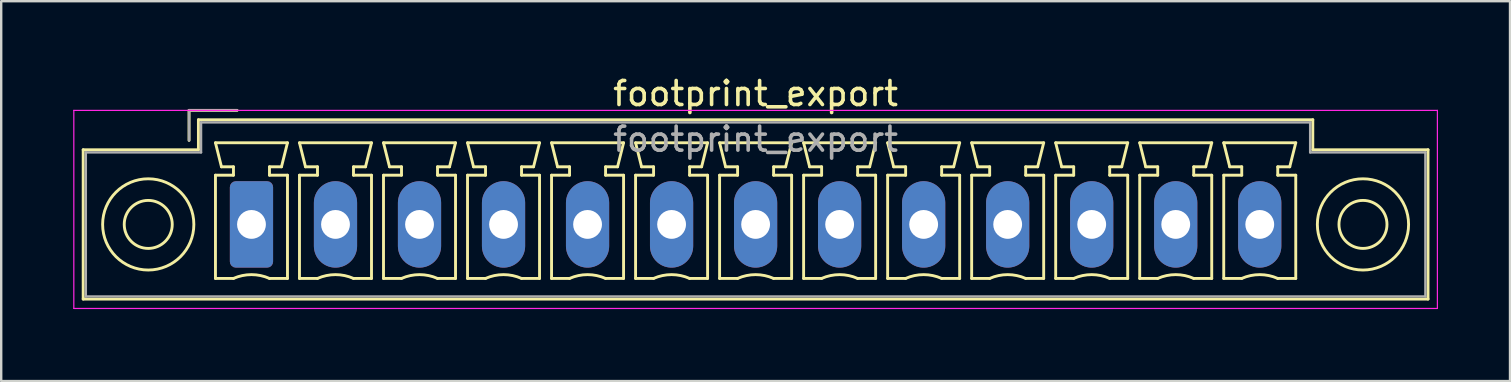
<source format=kicad_pcb>
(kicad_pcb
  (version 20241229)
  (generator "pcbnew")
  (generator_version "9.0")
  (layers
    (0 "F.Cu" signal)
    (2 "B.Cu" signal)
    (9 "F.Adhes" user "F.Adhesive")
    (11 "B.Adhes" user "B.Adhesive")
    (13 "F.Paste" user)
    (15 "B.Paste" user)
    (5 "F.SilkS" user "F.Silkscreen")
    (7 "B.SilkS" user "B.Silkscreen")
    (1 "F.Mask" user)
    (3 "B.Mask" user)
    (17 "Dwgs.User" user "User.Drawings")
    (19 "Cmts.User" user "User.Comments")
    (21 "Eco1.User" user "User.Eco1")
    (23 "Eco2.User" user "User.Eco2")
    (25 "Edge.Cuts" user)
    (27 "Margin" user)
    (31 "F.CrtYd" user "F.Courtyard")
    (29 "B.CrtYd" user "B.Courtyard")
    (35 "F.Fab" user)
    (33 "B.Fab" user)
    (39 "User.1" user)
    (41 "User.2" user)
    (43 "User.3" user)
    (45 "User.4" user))
  (footprint "footprint_export"
    (layer "F.Cu")
    (at 7.425 6.298)
    (property "Reference" "footprint_export" (at 21 -5.45 0) (layer "F.SilkS") (effects (font (size 1 1) (thickness 0.15))))
    (attr through_hole)
    (fp_line (start -7.01 -3.11) (end -7.01 3.11) (stroke (width 0.12) (type solid)) (layer "F.SilkS"))
    (fp_line (start -7.01 3.11) (end 49.01 3.11) (stroke (width 0.12) (type solid)) (layer "F.SilkS"))
    (fp_line (start -2.6 -4.75) (end -0.6 -4.75) (stroke (width 0.12) (type solid)) (layer "F.SilkS"))
    (fp_line (start -2.6 -3.5) (end -2.6 -4.75) (stroke (width 0.12) (type solid)) (layer "F.SilkS"))
    (fp_line (start -2.21 -4.36) (end -2.21 -3.11) (stroke (width 0.12) (type solid)) (layer "F.SilkS"))
    (fp_line (start -2.21 -3.11) (end -7.01 -3.11) (stroke (width 0.12) (type solid)) (layer "F.SilkS"))
    (fp_line (start -1.5 -3.4) (end 1.5 -3.4) (stroke (width 0.12) (type solid)) (layer "F.SilkS"))
    (fp_line (start -1.5 -2.05) (end -0.75 -2.05) (stroke (width 0.12) (type solid)) (layer "F.SilkS"))
    (fp_line (start -1.5 2.25) (end -1.5 -2.05) (stroke (width 0.12) (type solid)) (layer "F.SilkS"))
    (fp_line (start -1.25 -2.4) (end -1.5 -3.4) (stroke (width 0.12) (type solid)) (layer "F.SilkS"))
    (fp_line (start -0.75 -2.4) (end -1.25 -2.4) (stroke (width 0.12) (type solid)) (layer "F.SilkS"))
    (fp_line (start -0.75 -2.05) (end -0.75 -2.4) (stroke (width 0.12) (type solid)) (layer "F.SilkS"))
    (fp_line (start -0.75 2.25) (end -1.5 2.25) (stroke (width 0.12) (type solid)) (layer "F.SilkS"))
    (fp_line (start 0.75 -2.4) (end 0.75 -2.05) (stroke (width 0.12) (type solid)) (layer "F.SilkS"))
    (fp_line (start 0.75 -2.05) (end 1.5 -2.05) (stroke (width 0.12) (type solid)) (layer "F.SilkS"))
    (fp_line (start 1.25 -2.4) (end 0.75 -2.4) (stroke (width 0.12) (type solid)) (layer "F.SilkS"))
    (fp_line (start 1.5 -3.4) (end 1.25 -2.4) (stroke (width 0.12) (type solid)) (layer "F.SilkS"))
    (fp_line (start 1.5 -2.05) (end 1.5 2.25) (stroke (width 0.12) (type solid)) (layer "F.SilkS"))
    (fp_line (start 1.5 2.25) (end 0.75 2.25) (stroke (width 0.12) (type solid)) (layer "F.SilkS"))
    (fp_line (start 2 -3.4) (end 5 -3.4) (stroke (width 0.12) (type solid)) (layer "F.SilkS"))
    (fp_line (start 2 -2.05) (end 2.75 -2.05) (stroke (width 0.12) (type solid)) (layer "F.SilkS"))
    (fp_line (start 2 2.25) (end 2 -2.05) (stroke (width 0.12) (type solid)) (layer "F.SilkS"))
    (fp_line (start 2.25 -2.4) (end 2 -3.4) (stroke (width 0.12) (type solid)) (layer "F.SilkS"))
    (fp_line (start 2.75 -2.4) (end 2.25 -2.4) (stroke (width 0.12) (type solid)) (layer "F.SilkS"))
    (fp_line (start 2.75 -2.05) (end 2.75 -2.4) (stroke (width 0.12) (type solid)) (layer "F.SilkS"))
    (fp_line (start 2.75 2.25) (end 2 2.25) (stroke (width 0.12) (type solid)) (layer "F.SilkS"))
    (fp_line (start 4.25 -2.4) (end 4.25 -2.05) (stroke (width 0.12) (type solid)) (layer "F.SilkS"))
    (fp_line (start 4.25 -2.05) (end 5 -2.05) (stroke (width 0.12) (type solid)) (layer "F.SilkS"))
    (fp_line (start 4.75 -2.4) (end 4.25 -2.4) (stroke (width 0.12) (type solid)) (layer "F.SilkS"))
    (fp_line (start 5 -3.4) (end 4.75 -2.4) (stroke (width 0.12) (type solid)) (layer "F.SilkS"))
    (fp_line (start 5 -2.05) (end 5 2.25) (stroke (width 0.12) (type solid)) (layer "F.SilkS"))
    (fp_line (start 5 2.25) (end 4.25 2.25) (stroke (width 0.12) (type solid)) (layer "F.SilkS"))
    (fp_line (start 5.5 -3.4) (end 8.5 -3.4) (stroke (width 0.12) (type solid)) (layer "F.SilkS"))
    (fp_line (start 5.5 -2.05) (end 6.25 -2.05) (stroke (width 0.12) (type solid)) (layer "F.SilkS"))
    (fp_line (start 5.5 2.25) (end 5.5 -2.05) (stroke (width 0.12) (type solid)) (layer "F.SilkS"))
    (fp_line (start 5.75 -2.4) (end 5.5 -3.4) (stroke (width 0.12) (type solid)) (layer "F.SilkS"))
    (fp_line (start 6.25 -2.4) (end 5.75 -2.4) (stroke (width 0.12) (type solid)) (layer "F.SilkS"))
    (fp_line (start 6.25 -2.05) (end 6.25 -2.4) (stroke (width 0.12) (type solid)) (layer "F.SilkS"))
    (fp_line (start 6.25 2.25) (end 5.5 2.25) (stroke (width 0.12) (type solid)) (layer "F.SilkS"))
    (fp_line (start 7.75 -2.4) (end 7.75 -2.05) (stroke (width 0.12) (type solid)) (layer "F.SilkS"))
    (fp_line (start 7.75 -2.05) (end 8.5 -2.05) (stroke (width 0.12) (type solid)) (layer "F.SilkS"))
    (fp_line (start 8.25 -2.4) (end 7.75 -2.4) (stroke (width 0.12) (type solid)) (layer "F.SilkS"))
    (fp_line (start 8.5 -3.4) (end 8.25 -2.4) (stroke (width 0.12) (type solid)) (layer "F.SilkS"))
    (fp_line (start 8.5 -2.05) (end 8.5 2.25) (stroke (width 0.12) (type solid)) (layer "F.SilkS"))
    (fp_line (start 8.5 2.25) (end 7.75 2.25) (stroke (width 0.12) (type solid)) (layer "F.SilkS"))
    (fp_line (start 9 -3.4) (end 12 -3.4) (stroke (width 0.12) (type solid)) (layer "F.SilkS"))
    (fp_line (start 9 -2.05) (end 9.75 -2.05) (stroke (width 0.12) (type solid)) (layer "F.SilkS"))
    (fp_line (start 9 2.25) (end 9 -2.05) (stroke (width 0.12) (type solid)) (layer "F.SilkS"))
    (fp_line (start 9.25 -2.4) (end 9 -3.4) (stroke (width 0.12) (type solid)) (layer "F.SilkS"))
    (fp_line (start 9.75 -2.4) (end 9.25 -2.4) (stroke (width 0.12) (type solid)) (layer "F.SilkS"))
    (fp_line (start 9.75 -2.05) (end 9.75 -2.4) (stroke (width 0.12) (type solid)) (layer "F.SilkS"))
    (fp_line (start 9.75 2.25) (end 9 2.25) (stroke (width 0.12) (type solid)) (layer "F.SilkS"))
    (fp_line (start 11.25 -2.4) (end 11.25 -2.05) (stroke (width 0.12) (type solid)) (layer "F.SilkS"))
    (fp_line (start 11.25 -2.05) (end 12 -2.05) (stroke (width 0.12) (type solid)) (layer "F.SilkS"))
    (fp_line (start 11.75 -2.4) (end 11.25 -2.4) (stroke (width 0.12) (type solid)) (layer "F.SilkS"))
    (fp_line (start 12 -3.4) (end 11.75 -2.4) (stroke (width 0.12) (type solid)) (layer "F.SilkS"))
    (fp_line (start 12 -2.05) (end 12 2.25) (stroke (width 0.12) (type solid)) (layer "F.SilkS"))
    (fp_line (start 12 2.25) (end 11.25 2.25) (stroke (width 0.12) (type solid)) (layer "F.SilkS"))
    (fp_line (start 12.5 -3.4) (end 15.5 -3.4) (stroke (width 0.12) (type solid)) (layer "F.SilkS"))
    (fp_line (start 12.5 -2.05) (end 13.25 -2.05) (stroke (width 0.12) (type solid)) (layer "F.SilkS"))
    (fp_line (start 12.5 2.25) (end 12.5 -2.05) (stroke (width 0.12) (type solid)) (layer "F.SilkS"))
    (fp_line (start 12.75 -2.4) (end 12.5 -3.4) (stroke (width 0.12) (type solid)) (layer "F.SilkS"))
    (fp_line (start 13.25 -2.4) (end 12.75 -2.4) (stroke (width 0.12) (type solid)) (layer "F.SilkS"))
    (fp_line (start 13.25 -2.05) (end 13.25 -2.4) (stroke (width 0.12) (type solid)) (layer "F.SilkS"))
    (fp_line (start 13.25 2.25) (end 12.5 2.25) (stroke (width 0.12) (type solid)) (layer "F.SilkS"))
    (fp_line (start 14.75 -2.4) (end 14.75 -2.05) (stroke (width 0.12) (type solid)) (layer "F.SilkS"))
    (fp_line (start 14.75 -2.05) (end 15.5 -2.05) (stroke (width 0.12) (type solid)) (layer "F.SilkS"))
    (fp_line (start 15.25 -2.4) (end 14.75 -2.4) (stroke (width 0.12) (type solid)) (layer "F.SilkS"))
    (fp_line (start 15.5 -3.4) (end 15.25 -2.4) (stroke (width 0.12) (type solid)) (layer "F.SilkS"))
    (fp_line (start 15.5 -2.05) (end 15.5 2.25) (stroke (width 0.12) (type solid)) (layer "F.SilkS"))
    (fp_line (start 15.5 2.25) (end 14.75 2.25) (stroke (width 0.12) (type solid)) (layer "F.SilkS"))
    (fp_line (start 16 -3.4) (end 19 -3.4) (stroke (width 0.12) (type solid)) (layer "F.SilkS"))
    (fp_line (start 16 -2.05) (end 16.75 -2.05) (stroke (width 0.12) (type solid)) (layer "F.SilkS"))
    (fp_line (start 16 2.25) (end 16 -2.05) (stroke (width 0.12) (type solid)) (layer "F.SilkS"))
    (fp_line (start 16.25 -2.4) (end 16 -3.4) (stroke (width 0.12) (type solid)) (layer "F.SilkS"))
    (fp_line (start 16.75 -2.4) (end 16.25 -2.4) (stroke (width 0.12) (type solid)) (layer "F.SilkS"))
    (fp_line (start 16.75 -2.05) (end 16.75 -2.4) (stroke (width 0.12) (type solid)) (layer "F.SilkS"))
    (fp_line (start 16.75 2.25) (end 16 2.25) (stroke (width 0.12) (type solid)) (layer "F.SilkS"))
    (fp_line (start 18.25 -2.4) (end 18.25 -2.05) (stroke (width 0.12) (type solid)) (layer "F.SilkS"))
    (fp_line (start 18.25 -2.05) (end 19 -2.05) (stroke (width 0.12) (type solid)) (layer "F.SilkS"))
    (fp_line (start 18.75 -2.4) (end 18.25 -2.4) (stroke (width 0.12) (type solid)) (layer "F.SilkS"))
    (fp_line (start 19 -3.4) (end 18.75 -2.4) (stroke (width 0.12) (type solid)) (layer "F.SilkS"))
    (fp_line (start 19 -2.05) (end 19 2.25) (stroke (width 0.12) (type solid)) (layer "F.SilkS"))
    (fp_line (start 19 2.25) (end 18.25 2.25) (stroke (width 0.12) (type solid)) (layer "F.SilkS"))
    (fp_line (start 19.5 -3.4) (end 22.5 -3.4) (stroke (width 0.12) (type solid)) (layer "F.SilkS"))
    (fp_line (start 19.5 -2.05) (end 20.25 -2.05) (stroke (width 0.12) (type solid)) (layer "F.SilkS"))
    (fp_line (start 19.5 2.25) (end 19.5 -2.05) (stroke (width 0.12) (type solid)) (layer "F.SilkS"))
    (fp_line (start 19.75 -2.4) (end 19.5 -3.4) (stroke (width 0.12) (type solid)) (layer "F.SilkS"))
    (fp_line (start 20.25 -2.4) (end 19.75 -2.4) (stroke (width 0.12) (type solid)) (layer "F.SilkS"))
    (fp_line (start 20.25 -2.05) (end 20.25 -2.4) (stroke (width 0.12) (type solid)) (layer "F.SilkS"))
    (fp_line (start 20.25 2.25) (end 19.5 2.25) (stroke (width 0.12) (type solid)) (layer "F.SilkS"))
    (fp_line (start 21.75 -2.4) (end 21.75 -2.05) (stroke (width 0.12) (type solid)) (layer "F.SilkS"))
    (fp_line (start 21.75 -2.05) (end 22.5 -2.05) (stroke (width 0.12) (type solid)) (layer "F.SilkS"))
    (fp_line (start 22.25 -2.4) (end 21.75 -2.4) (stroke (width 0.12) (type solid)) (layer "F.SilkS"))
    (fp_line (start 22.5 -3.4) (end 22.25 -2.4) (stroke (width 0.12) (type solid)) (layer "F.SilkS"))
    (fp_line (start 22.5 -2.05) (end 22.5 2.25) (stroke (width 0.12) (type solid)) (layer "F.SilkS"))
    (fp_line (start 22.5 2.25) (end 21.75 2.25) (stroke (width 0.12) (type solid)) (layer "F.SilkS"))
    (fp_line (start 23 -3.4) (end 26 -3.4) (stroke (width 0.12) (type solid)) (layer "F.SilkS"))
    (fp_line (start 23 -2.05) (end 23.75 -2.05) (stroke (width 0.12) (type solid)) (layer "F.SilkS"))
    (fp_line (start 23 2.25) (end 23 -2.05) (stroke (width 0.12) (type solid)) (layer "F.SilkS"))
    (fp_line (start 23.25 -2.4) (end 23 -3.4) (stroke (width 0.12) (type solid)) (layer "F.SilkS"))
    (fp_line (start 23.75 -2.4) (end 23.25 -2.4) (stroke (width 0.12) (type solid)) (layer "F.SilkS"))
    (fp_line (start 23.75 -2.05) (end 23.75 -2.4) (stroke (width 0.12) (type solid)) (layer "F.SilkS"))
    (fp_line (start 23.75 2.25) (end 23 2.25) (stroke (width 0.12) (type solid)) (layer "F.SilkS"))
    (fp_line (start 25.25 -2.4) (end 25.25 -2.05) (stroke (width 0.12) (type solid)) (layer "F.SilkS"))
    (fp_line (start 25.25 -2.05) (end 26 -2.05) (stroke (width 0.12) (type solid)) (layer "F.SilkS"))
    (fp_line (start 25.75 -2.4) (end 25.25 -2.4) (stroke (width 0.12) (type solid)) (layer "F.SilkS"))
    (fp_line (start 26 -3.4) (end 25.75 -2.4) (stroke (width 0.12) (type solid)) (layer "F.SilkS"))
    (fp_line (start 26 -2.05) (end 26 2.25) (stroke (width 0.12) (type solid)) (layer "F.SilkS"))
    (fp_line (start 26 2.25) (end 25.25 2.25) (stroke (width 0.12) (type solid)) (layer "F.SilkS"))
    (fp_line (start 26.5 -3.4) (end 29.5 -3.4) (stroke (width 0.12) (type solid)) (layer "F.SilkS"))
    (fp_line (start 26.5 -2.05) (end 27.25 -2.05) (stroke (width 0.12) (type solid)) (layer "F.SilkS"))
    (fp_line (start 26.5 2.25) (end 26.5 -2.05) (stroke (width 0.12) (type solid)) (layer "F.SilkS"))
    (fp_line (start 26.75 -2.4) (end 26.5 -3.4) (stroke (width 0.12) (type solid)) (layer "F.SilkS"))
    (fp_line (start 27.25 -2.4) (end 26.75 -2.4) (stroke (width 0.12) (type solid)) (layer "F.SilkS"))
    (fp_line (start 27.25 -2.05) (end 27.25 -2.4) (stroke (width 0.12) (type solid)) (layer "F.SilkS"))
    (fp_line (start 27.25 2.25) (end 26.5 2.25) (stroke (width 0.12) (type solid)) (layer "F.SilkS"))
    (fp_line (start 28.75 -2.4) (end 28.75 -2.05) (stroke (width 0.12) (type solid)) (layer "F.SilkS"))
    (fp_line (start 28.75 -2.05) (end 29.5 -2.05) (stroke (width 0.12) (type solid)) (layer "F.SilkS"))
    (fp_line (start 29.25 -2.4) (end 28.75 -2.4) (stroke (width 0.12) (type solid)) (layer "F.SilkS"))
    (fp_line (start 29.5 -3.4) (end 29.25 -2.4) (stroke (width 0.12) (type solid)) (layer "F.SilkS"))
    (fp_line (start 29.5 -2.05) (end 29.5 2.25) (stroke (width 0.12) (type solid)) (layer "F.SilkS"))
    (fp_line (start 29.5 2.25) (end 28.75 2.25) (stroke (width 0.12) (type solid)) (layer "F.SilkS"))
    (fp_line (start 30 -3.4) (end 33 -3.4) (stroke (width 0.12) (type solid)) (layer "F.SilkS"))
    (fp_line (start 30 -2.05) (end 30.75 -2.05) (stroke (width 0.12) (type solid)) (layer "F.SilkS"))
    (fp_line (start 30 2.25) (end 30 -2.05) (stroke (width 0.12) (type solid)) (layer "F.SilkS"))
    (fp_line (start 30.25 -2.4) (end 30 -3.4) (stroke (width 0.12) (type solid)) (layer "F.SilkS"))
    (fp_line (start 30.75 -2.4) (end 30.25 -2.4) (stroke (width 0.12) (type solid)) (layer "F.SilkS"))
    (fp_line (start 30.75 -2.05) (end 30.75 -2.4) (stroke (width 0.12) (type solid)) (layer "F.SilkS"))
    (fp_line (start 30.75 2.25) (end 30 2.25) (stroke (width 0.12) (type solid)) (layer "F.SilkS"))
    (fp_line (start 32.25 -2.4) (end 32.25 -2.05) (stroke (width 0.12) (type solid)) (layer "F.SilkS"))
    (fp_line (start 32.25 -2.05) (end 33 -2.05) (stroke (width 0.12) (type solid)) (layer "F.SilkS"))
    (fp_line (start 32.75 -2.4) (end 32.25 -2.4) (stroke (width 0.12) (type solid)) (layer "F.SilkS"))
    (fp_line (start 33 -3.4) (end 32.75 -2.4) (stroke (width 0.12) (type solid)) (layer "F.SilkS"))
    (fp_line (start 33 -2.05) (end 33 2.25) (stroke (width 0.12) (type solid)) (layer "F.SilkS"))
    (fp_line (start 33 2.25) (end 32.25 2.25) (stroke (width 0.12) (type solid)) (layer "F.SilkS"))
    (fp_line (start 33.5 -3.4) (end 36.5 -3.4) (stroke (width 0.12) (type solid)) (layer "F.SilkS"))
    (fp_line (start 33.5 -2.05) (end 34.25 -2.05) (stroke (width 0.12) (type solid)) (layer "F.SilkS"))
    (fp_line (start 33.5 2.25) (end 33.5 -2.05) (stroke (width 0.12) (type solid)) (layer "F.SilkS"))
    (fp_line (start 33.75 -2.4) (end 33.5 -3.4) (stroke (width 0.12) (type solid)) (layer "F.SilkS"))
    (fp_line (start 34.25 -2.4) (end 33.75 -2.4) (stroke (width 0.12) (type solid)) (layer "F.SilkS"))
    (fp_line (start 34.25 -2.05) (end 34.25 -2.4) (stroke (width 0.12) (type solid)) (layer "F.SilkS"))
    (fp_line (start 34.25 2.25) (end 33.5 2.25) (stroke (width 0.12) (type solid)) (layer "F.SilkS"))
    (fp_line (start 35.75 -2.4) (end 35.75 -2.05) (stroke (width 0.12) (type solid)) (layer "F.SilkS"))
    (fp_line (start 35.75 -2.05) (end 36.5 -2.05) (stroke (width 0.12) (type solid)) (layer "F.SilkS"))
    (fp_line (start 36.25 -2.4) (end 35.75 -2.4) (stroke (width 0.12) (type solid)) (layer "F.SilkS"))
    (fp_line (start 36.5 -3.4) (end 36.25 -2.4) (stroke (width 0.12) (type solid)) (layer "F.SilkS"))
    (fp_line (start 36.5 -2.05) (end 36.5 2.25) (stroke (width 0.12) (type solid)) (layer "F.SilkS"))
    (fp_line (start 36.5 2.25) (end 35.75 2.25) (stroke (width 0.12) (type solid)) (layer "F.SilkS"))
    (fp_line (start 37 -3.4) (end 40 -3.4) (stroke (width 0.12) (type solid)) (layer "F.SilkS"))
    (fp_line (start 37 -2.05) (end 37.75 -2.05) (stroke (width 0.12) (type solid)) (layer "F.SilkS"))
    (fp_line (start 37 2.25) (end 37 -2.05) (stroke (width 0.12) (type solid)) (layer "F.SilkS"))
    (fp_line (start 37.25 -2.4) (end 37 -3.4) (stroke (width 0.12) (type solid)) (layer "F.SilkS"))
    (fp_line (start 37.75 -2.4) (end 37.25 -2.4) (stroke (width 0.12) (type solid)) (layer "F.SilkS"))
    (fp_line (start 37.75 -2.05) (end 37.75 -2.4) (stroke (width 0.12) (type solid)) (layer "F.SilkS"))
    (fp_line (start 37.75 2.25) (end 37 2.25) (stroke (width 0.12) (type solid)) (layer "F.SilkS"))
    (fp_line (start 39.25 -2.4) (end 39.25 -2.05) (stroke (width 0.12) (type solid)) (layer "F.SilkS"))
    (fp_line (start 39.25 -2.05) (end 40 -2.05) (stroke (width 0.12) (type solid)) (layer "F.SilkS"))
    (fp_line (start 39.75 -2.4) (end 39.25 -2.4) (stroke (width 0.12) (type solid)) (layer "F.SilkS"))
    (fp_line (start 40 -3.4) (end 39.75 -2.4) (stroke (width 0.12) (type solid)) (layer "F.SilkS"))
    (fp_line (start 40 -2.05) (end 40 2.25) (stroke (width 0.12) (type solid)) (layer "F.SilkS"))
    (fp_line (start 40 2.25) (end 39.25 2.25) (stroke (width 0.12) (type solid)) (layer "F.SilkS"))
    (fp_line (start 40.5 -3.4) (end 43.5 -3.4) (stroke (width 0.12) (type solid)) (layer "F.SilkS"))
    (fp_line (start 40.5 -2.05) (end 41.25 -2.05) (stroke (width 0.12) (type solid)) (layer "F.SilkS"))
    (fp_line (start 40.5 2.25) (end 40.5 -2.05) (stroke (width 0.12) (type solid)) (layer "F.SilkS"))
    (fp_line (start 40.75 -2.4) (end 40.5 -3.4) (stroke (width 0.12) (type solid)) (layer "F.SilkS"))
    (fp_line (start 41.25 -2.4) (end 40.75 -2.4) (stroke (width 0.12) (type solid)) (layer "F.SilkS"))
    (fp_line (start 41.25 -2.05) (end 41.25 -2.4) (stroke (width 0.12) (type solid)) (layer "F.SilkS"))
    (fp_line (start 41.25 2.25) (end 40.5 2.25) (stroke (width 0.12) (type solid)) (layer "F.SilkS"))
    (fp_line (start 42.75 -2.4) (end 42.75 -2.05) (stroke (width 0.12) (type solid)) (layer "F.SilkS"))
    (fp_line (start 42.75 -2.05) (end 43.5 -2.05) (stroke (width 0.12) (type solid)) (layer "F.SilkS"))
    (fp_line (start 43.25 -2.4) (end 42.75 -2.4) (stroke (width 0.12) (type solid)) (layer "F.SilkS"))
    (fp_line (start 43.5 -3.4) (end 43.25 -2.4) (stroke (width 0.12) (type solid)) (layer "F.SilkS"))
    (fp_line (start 43.5 -2.05) (end 43.5 2.25) (stroke (width 0.12) (type solid)) (layer "F.SilkS"))
    (fp_line (start 43.5 2.25) (end 42.75 2.25) (stroke (width 0.12) (type solid)) (layer "F.SilkS"))
    (fp_line (start 44.21 -4.36) (end -2.21 -4.36) (stroke (width 0.12) (type solid)) (layer "F.SilkS"))
    (fp_line (start 44.21 -3.11) (end 44.21 -4.36) (stroke (width 0.12) (type solid)) (layer "F.SilkS"))
    (fp_line (start 49.01 -3.11) (end 44.21 -3.11) (stroke (width 0.12) (type solid)) (layer "F.SilkS"))
    (fp_line (start 49.01 3.11) (end 49.01 -3.11) (stroke (width 0.12) (type solid)) (layer "F.SilkS"))
    (fp_arc (start -0.75 2.25) (mid -0.000193 2.09191) (end 0.749647 2.249844) (stroke (width 0.12) (type solid)) (layer "F.SilkS"))
    (fp_arc (start 2.75 2.25) (mid 3.499807 2.09191) (end 4.249647 2.249844) (stroke (width 0.12) (type solid)) (layer "F.SilkS"))
    (fp_arc (start 6.25 2.25) (mid 6.999807 2.09191) (end 7.749647 2.249844) (stroke (width 0.12) (type solid)) (layer "F.SilkS"))
    (fp_arc (start 9.75 2.25) (mid 10.499807 2.09191) (end 11.249647 2.249844) (stroke (width 0.12) (type solid)) (layer "F.SilkS"))
    (fp_arc (start 13.25 2.25) (mid 13.999807 2.09191) (end 14.749647 2.249844) (stroke (width 0.12) (type solid)) (layer "F.SilkS"))
    (fp_arc (start 16.75 2.25) (mid 17.499807 2.09191) (end 18.249647 2.249844) (stroke (width 0.12) (type solid)) (layer "F.SilkS"))
    (fp_arc (start 20.25 2.25) (mid 20.999807 2.09191) (end 21.749647 2.249844) (stroke (width 0.12) (type solid)) (layer "F.SilkS"))
    (fp_arc (start 23.75 2.25) (mid 24.499807 2.09191) (end 25.249647 2.249844) (stroke (width 0.12) (type solid)) (layer "F.SilkS"))
    (fp_arc (start 27.25 2.25) (mid 27.999807 2.09191) (end 28.749647 2.249844) (stroke (width 0.12) (type solid)) (layer "F.SilkS"))
    (fp_arc (start 30.75 2.25) (mid 31.499807 2.09191) (end 32.249647 2.249844) (stroke (width 0.12) (type solid)) (layer "F.SilkS"))
    (fp_arc (start 34.25 2.25) (mid 34.999807 2.09191) (end 35.749647 2.249844) (stroke (width 0.12) (type solid)) (layer "F.SilkS"))
    (fp_arc (start 37.75 2.25) (mid 38.499807 2.09191) (end 39.249647 2.249844) (stroke (width 0.12) (type solid)) (layer "F.SilkS"))
    (fp_arc (start 41.25 2.25) (mid 41.999807 2.09191) (end 42.749647 2.249844) (stroke (width 0.12) (type solid)) (layer "F.SilkS"))
    (fp_circle (center -4.3 0) (end -3.3 0) (stroke (width 0.12) (type solid)) (fill no) (layer "F.SilkS"))
    (fp_circle (center -4.3 0) (end -2.4 0) (stroke (width 0.12) (type solid)) (fill no) (layer "F.SilkS"))
    (fp_circle (center 46.3 0) (end 47.3 0) (stroke (width 0.12) (type solid)) (fill no) (layer "F.SilkS"))
    (fp_circle (center 46.3 0) (end 48.2 0) (stroke (width 0.12) (type solid)) (fill no) (layer "F.SilkS"))
    (fp_line (start -7.4 -4.75) (end -7.4 3.5) (stroke (width 0.05) (type solid)) (layer "F.CrtYd"))
    (fp_line (start -7.4 3.5) (end 49.4 3.5) (stroke (width 0.05) (type solid)) (layer "F.CrtYd"))
    (fp_line (start 49.4 -4.75) (end -7.4 -4.75) (stroke (width 0.05) (type solid)) (layer "F.CrtYd"))
    (fp_line (start 49.4 3.5) (end 49.4 -4.75) (stroke (width 0.05) (type solid)) (layer "F.CrtYd"))
    (fp_line (start -6.9 -3) (end -6.9 3) (stroke (width 0.1) (type solid)) (layer "F.Fab"))
    (fp_line (start -6.9 3) (end 48.9 3) (stroke (width 0.1) (type solid)) (layer "F.Fab"))
    (fp_line (start -2.6 -4.75) (end -0.6 -4.75) (stroke (width 0.1) (type solid)) (layer "F.Fab"))
    (fp_line (start -2.6 -3.5) (end -2.6 -4.75) (stroke (width 0.1) (type solid)) (layer "F.Fab"))
    (fp_line (start -2.1 -4.25) (end -2.1 -3) (stroke (width 0.1) (type solid)) (layer "F.Fab"))
    (fp_line (start -2.1 -3) (end -6.9 -3) (stroke (width 0.1) (type solid)) (layer "F.Fab"))
    (fp_line (start 44.1 -4.25) (end -2.1 -4.25) (stroke (width 0.1) (type solid)) (layer "F.Fab"))
    (fp_line (start 44.1 -3) (end 44.1 -4.25) (stroke (width 0.1) (type solid)) (layer "F.Fab"))
    (fp_line (start 48.9 -3) (end 44.1 -3) (stroke (width 0.1) (type solid)) (layer "F.Fab"))
    (fp_line (start 48.9 3) (end 48.9 -3) (stroke (width 0.1) (type solid)) (layer "F.Fab"))
    (fp_text user "${REFERENCE}" (at 21 -3.55 0) (layer "F.Fab") (effects (font (size 1 1) (thickness 0.15))))
    (pad "1" thru_hole roundrect (at 0 0) (size 1.8 3.6) (drill 1.2) (layers "*.Cu" "*.Mask") (roundrect_rratio 0.139))
    (pad "2" thru_hole oval (at 3.5 0) (size 1.8 3.6) (drill 1.2) (layers "*.Cu" "*.Mask"))
    (pad "3" thru_hole oval (at 7 0) (size 1.8 3.6) (drill 1.2) (layers "*.Cu" "*.Mask"))
    (pad "4" thru_hole oval (at 10.5 0) (size 1.8 3.6) (drill 1.2) (layers "*.Cu" "*.Mask"))
    (pad "5" thru_hole oval (at 14 0) (size 1.8 3.6) (drill 1.2) (layers "*.Cu" "*.Mask"))
    (pad "6" thru_hole oval (at 17.5 0) (size 1.8 3.6) (drill 1.2) (layers "*.Cu" "*.Mask"))
    (pad "7" thru_hole oval (at 21 0) (size 1.8 3.6) (drill 1.2) (layers "*.Cu" "*.Mask"))
    (pad "8" thru_hole oval (at 24.5 0) (size 1.8 3.6) (drill 1.2) (layers "*.Cu" "*.Mask"))
    (pad "9" thru_hole oval (at 28 0) (size 1.8 3.6) (drill 1.2) (layers "*.Cu" "*.Mask"))
    (pad "10" thru_hole oval (at 31.5 0) (size 1.8 3.6) (drill 1.2) (layers "*.Cu" "*.Mask"))
    (pad "11" thru_hole oval (at 35 0) (size 1.8 3.6) (drill 1.2) (layers "*.Cu" "*.Mask"))
    (pad "12" thru_hole oval (at 38.5 0) (size 1.8 3.6) (drill 1.2) (layers "*.Cu" "*.Mask"))
    (pad "13" thru_hole oval (at 42 0) (size 1.8 3.6) (drill 1.2) (layers "*.Cu" "*.Mask")))
  (gr_rect
    (start -3 -3)
    (end 59.85 12.823)
    (stroke (width 0.1) (type default))
    (fill no)
    (layer "Edge.Cuts")))
</source>
